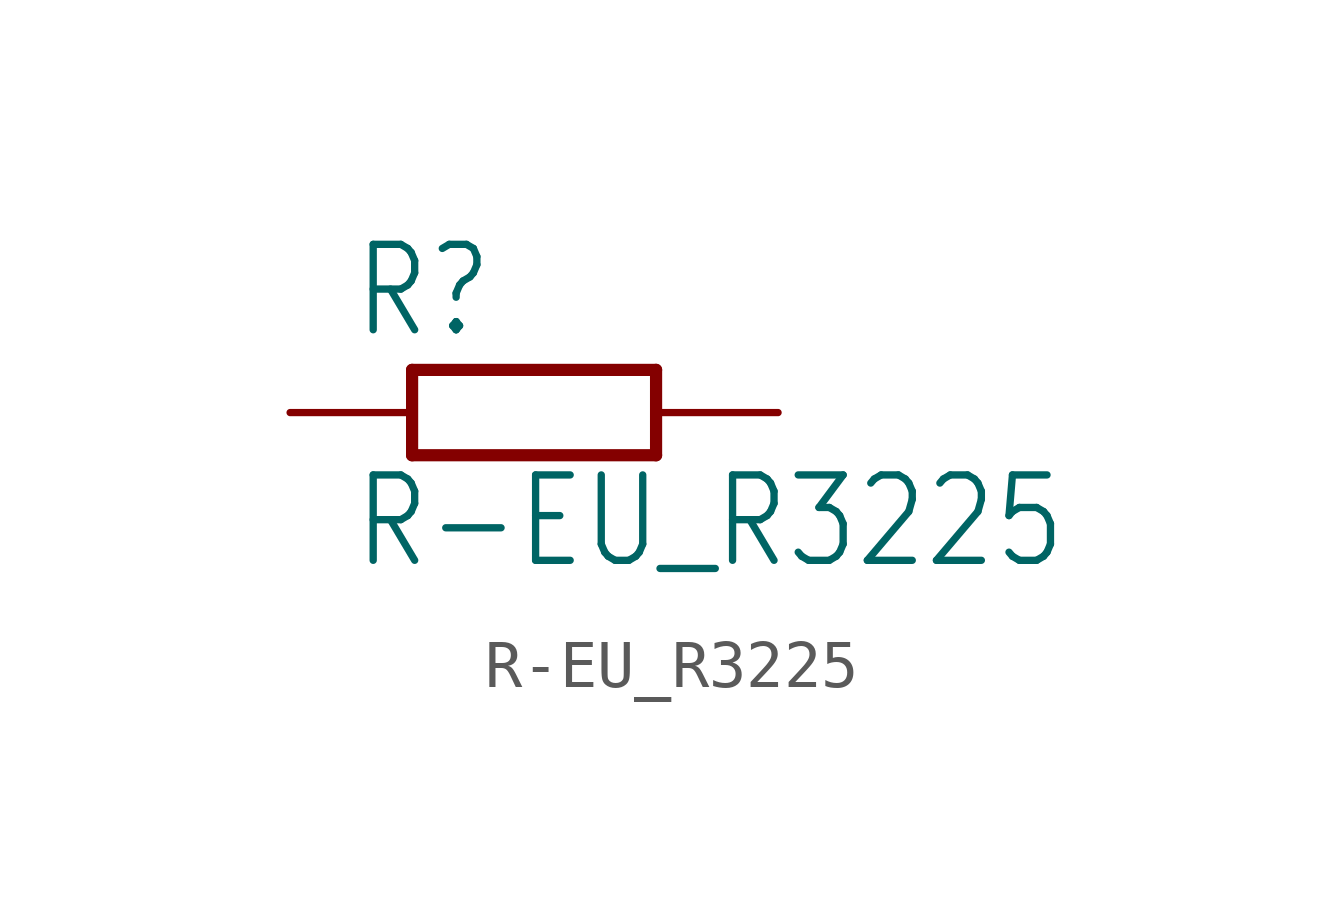
<source format=kicad_sym>
(kicad_symbol_lib
  (version 20211014)
  (generator kicad_symbol_editor)
  (symbol "R-EU_R3225"
    (property "Reference" "R"
      (at -3.81 1.499 0)
      (effects (font (size 1.778 1.511)) (justify left bottom)))
    (property "Value" "R-EU_R3225"
      (at -3.81 -3.302 0)
      (effects (font (size 1.778 1.511)) (justify left bottom)))
    (property "ki_locked" ""
      (at 0 0 0)
      (effects (font (size 1.27 1.27))))
    (symbol "R-EU_R3225_1_0"
      (polyline (pts (xy -2.54 -0.889) (xy -2.54 0.889)) (stroke (width 0.254) (type default) (color 0 0 0 0)) (fill (type none)))
      (polyline (pts (xy -2.54 -0.889) (xy 2.54 -0.889)) (stroke (width 0.254) (type default) (color 0 0 0 0)) (fill (type none)))
      (polyline (pts (xy 2.54 -0.889) (xy 2.54 0.889)) (stroke (width 0.254) (type default) (color 0 0 0 0)) (fill (type none)))
      (polyline (pts (xy 2.54 0.889) (xy -2.54 0.889)) (stroke (width 0.254) (type default) (color 0 0 0 0)) (fill (type none)))
      (pin passive line (at -5.08 0 0) (length 2.54) (name "1" (effects (font (size 0 0)))) (number "1" (effects (font (size 0 0)))))
      (pin passive line (at 5.08 0 180) (length 2.54) (name "2" (effects (font (size 0 0)))) (number "2" (effects (font (size 0 0))))))))
</source>
